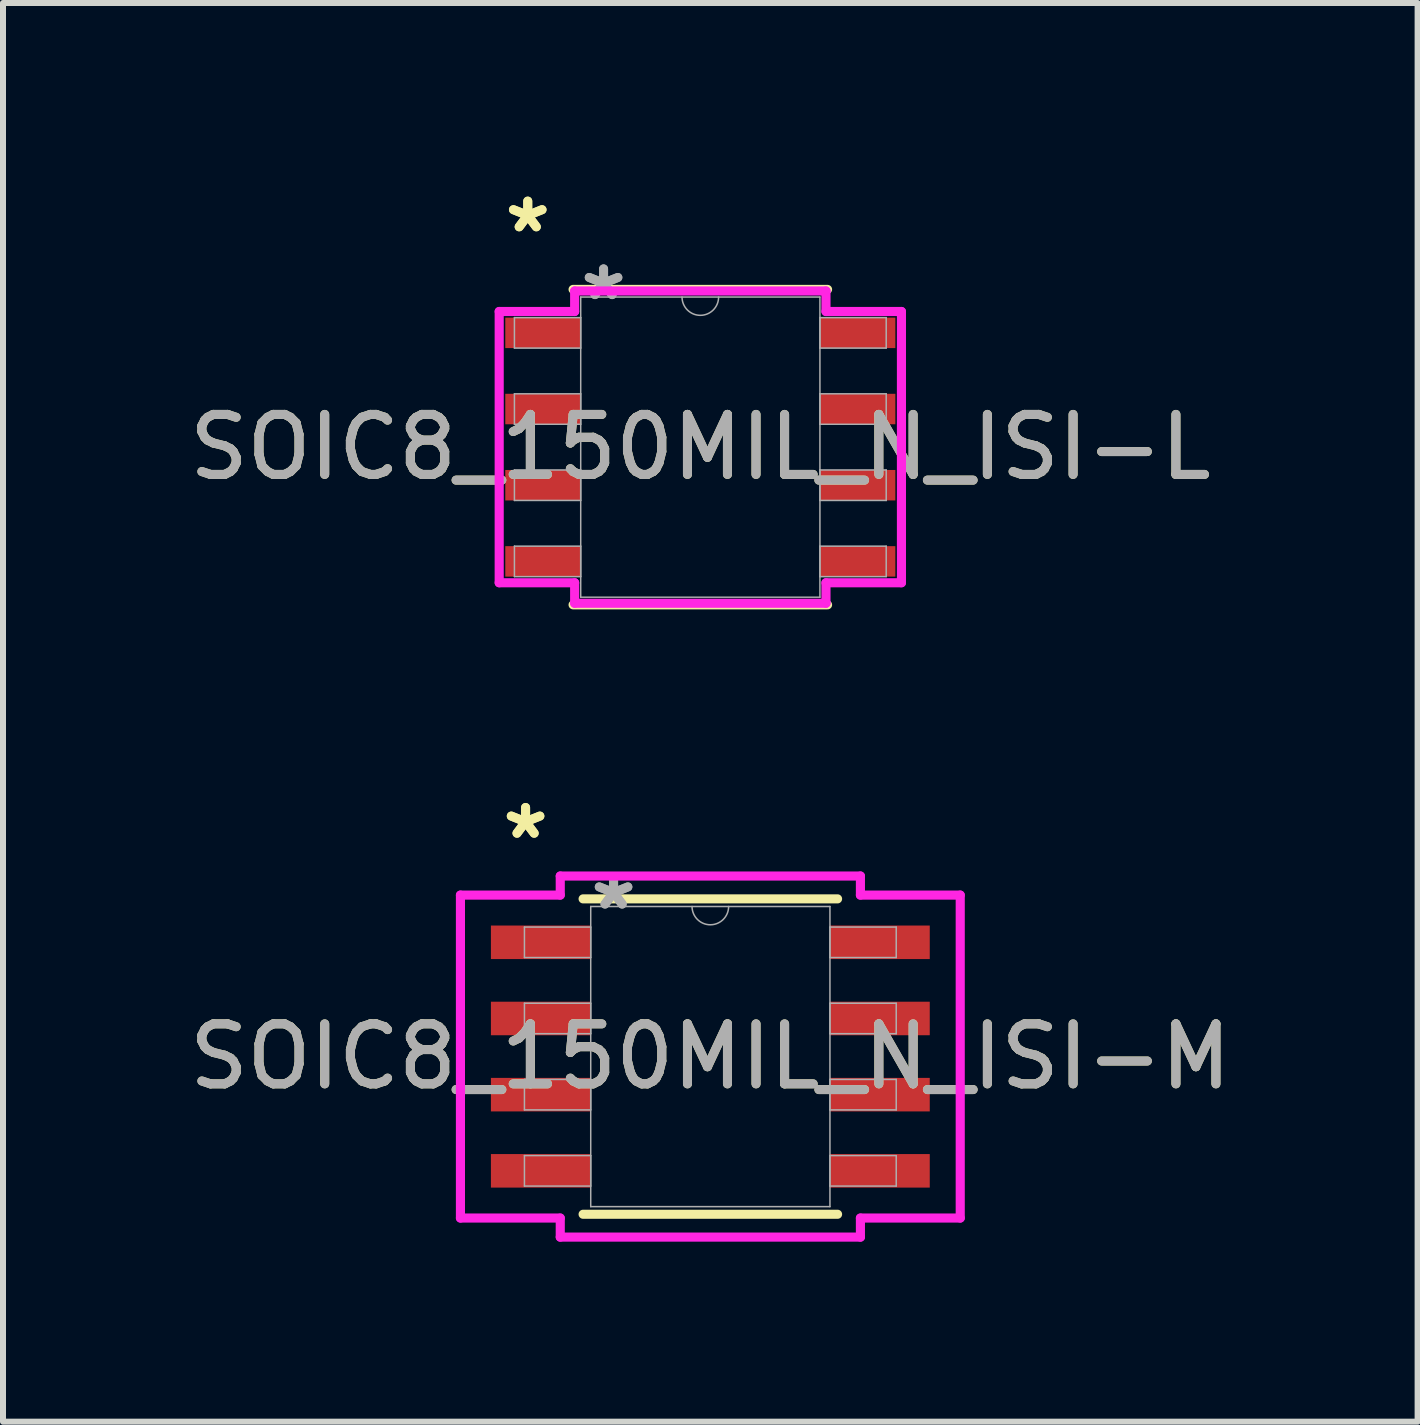
<source format=kicad_pcb>
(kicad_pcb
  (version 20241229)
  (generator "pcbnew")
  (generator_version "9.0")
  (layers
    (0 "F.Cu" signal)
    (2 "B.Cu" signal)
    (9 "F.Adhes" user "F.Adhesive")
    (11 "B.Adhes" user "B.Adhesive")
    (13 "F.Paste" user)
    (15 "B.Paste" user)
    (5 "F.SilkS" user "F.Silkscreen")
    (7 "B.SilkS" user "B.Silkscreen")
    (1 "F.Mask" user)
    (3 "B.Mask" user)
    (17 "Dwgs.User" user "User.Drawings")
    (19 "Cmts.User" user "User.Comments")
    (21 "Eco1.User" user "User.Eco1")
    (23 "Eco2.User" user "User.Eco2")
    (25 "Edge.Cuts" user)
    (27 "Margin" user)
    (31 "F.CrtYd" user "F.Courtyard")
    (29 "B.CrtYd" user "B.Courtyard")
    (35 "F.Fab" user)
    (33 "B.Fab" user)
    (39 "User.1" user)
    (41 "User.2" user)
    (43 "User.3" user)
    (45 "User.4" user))
  (footprint "SOIC8_150MIL_N_ISI-L"
    (layer "F.Cu")
    (at 8.625 4.404)
    (property "Reference" "SOIC8_150MIL_N_ISI-L" (at 0 0 0) (unlocked yes) (layer "F.SilkS") (effects (font (size 1 1) (thickness 0.15))))
    (attr smd)
    (fp_line (start -2.121 2.629) (end 2.121 2.629) (stroke (width 0.152) (type solid)) (layer "F.SilkS"))
    (fp_line (start 2.121 -2.629) (end -2.121 -2.629) (stroke (width 0.152) (type solid)) (layer "F.SilkS"))
    (fp_line (start -3.353 -2.261) (end -2.095 -2.261) (stroke (width 0.152) (type solid)) (layer "F.CrtYd"))
    (fp_line (start -3.353 2.261) (end -3.353 -2.261) (stroke (width 0.152) (type solid)) (layer "F.CrtYd"))
    (fp_line (start -3.353 2.261) (end -2.095 2.261) (stroke (width 0.152) (type solid)) (layer "F.CrtYd"))
    (fp_line (start -2.095 -2.603) (end 2.095 -2.603) (stroke (width 0.152) (type solid)) (layer "F.CrtYd"))
    (fp_line (start -2.095 -2.261) (end -2.095 -2.603) (stroke (width 0.152) (type solid)) (layer "F.CrtYd"))
    (fp_line (start -2.095 2.603) (end -2.095 2.261) (stroke (width 0.152) (type solid)) (layer "F.CrtYd"))
    (fp_line (start 2.095 -2.603) (end 2.095 -2.261) (stroke (width 0.152) (type solid)) (layer "F.CrtYd"))
    (fp_line (start 2.095 2.261) (end 2.095 2.603) (stroke (width 0.152) (type solid)) (layer "F.CrtYd"))
    (fp_line (start 2.095 2.603) (end -2.095 2.603) (stroke (width 0.152) (type solid)) (layer "F.CrtYd"))
    (fp_line (start 3.353 -2.261) (end 2.095 -2.261) (stroke (width 0.152) (type solid)) (layer "F.CrtYd"))
    (fp_line (start 3.353 -2.261) (end 3.353 2.261) (stroke (width 0.152) (type solid)) (layer "F.CrtYd"))
    (fp_line (start 3.353 2.261) (end 2.095 2.261) (stroke (width 0.152) (type solid)) (layer "F.CrtYd"))
    (fp_line (start -3.099 -2.159) (end -3.099 -1.651) (stroke (width 0.025) (type solid)) (layer "F.Fab"))
    (fp_line (start -3.099 -1.651) (end -1.994 -1.651) (stroke (width 0.025) (type solid)) (layer "F.Fab"))
    (fp_line (start -3.099 -0.889) (end -3.099 -0.381) (stroke (width 0.025) (type solid)) (layer "F.Fab"))
    (fp_line (start -3.099 -0.381) (end -1.994 -0.381) (stroke (width 0.025) (type solid)) (layer "F.Fab"))
    (fp_line (start -3.099 0.381) (end -3.099 0.889) (stroke (width 0.025) (type solid)) (layer "F.Fab"))
    (fp_line (start -3.099 0.889) (end -1.994 0.889) (stroke (width 0.025) (type solid)) (layer "F.Fab"))
    (fp_line (start -3.099 1.651) (end -3.099 2.159) (stroke (width 0.025) (type solid)) (layer "F.Fab"))
    (fp_line (start -3.099 2.159) (end -1.994 2.159) (stroke (width 0.025) (type solid)) (layer "F.Fab"))
    (fp_line (start -1.994 -2.502) (end -1.994 2.502) (stroke (width 0.025) (type solid)) (layer "F.Fab"))
    (fp_line (start -1.994 -2.159) (end -3.099 -2.159) (stroke (width 0.025) (type solid)) (layer "F.Fab"))
    (fp_line (start -1.994 -1.651) (end -1.994 -2.159) (stroke (width 0.025) (type solid)) (layer "F.Fab"))
    (fp_line (start -1.994 -0.889) (end -3.099 -0.889) (stroke (width 0.025) (type solid)) (layer "F.Fab"))
    (fp_line (start -1.994 -0.381) (end -1.994 -0.889) (stroke (width 0.025) (type solid)) (layer "F.Fab"))
    (fp_line (start -1.994 0.381) (end -3.099 0.381) (stroke (width 0.025) (type solid)) (layer "F.Fab"))
    (fp_line (start -1.994 0.889) (end -1.994 0.381) (stroke (width 0.025) (type solid)) (layer "F.Fab"))
    (fp_line (start -1.994 1.651) (end -3.099 1.651) (stroke (width 0.025) (type solid)) (layer "F.Fab"))
    (fp_line (start -1.994 2.159) (end -1.994 1.651) (stroke (width 0.025) (type solid)) (layer "F.Fab"))
    (fp_line (start -1.994 2.502) (end 1.994 2.502) (stroke (width 0.025) (type solid)) (layer "F.Fab"))
    (fp_line (start 1.994 -2.502) (end -1.994 -2.502) (stroke (width 0.025) (type solid)) (layer "F.Fab"))
    (fp_line (start 1.994 -2.159) (end 1.994 -1.651) (stroke (width 0.025) (type solid)) (layer "F.Fab"))
    (fp_line (start 1.994 -1.651) (end 3.099 -1.651) (stroke (width 0.025) (type solid)) (layer "F.Fab"))
    (fp_line (start 1.994 -0.889) (end 1.994 -0.381) (stroke (width 0.025) (type solid)) (layer "F.Fab"))
    (fp_line (start 1.994 -0.381) (end 3.099 -0.381) (stroke (width 0.025) (type solid)) (layer "F.Fab"))
    (fp_line (start 1.994 0.381) (end 1.994 0.889) (stroke (width 0.025) (type solid)) (layer "F.Fab"))
    (fp_line (start 1.994 0.889) (end 3.099 0.889) (stroke (width 0.025) (type solid)) (layer "F.Fab"))
    (fp_line (start 1.994 1.651) (end 1.994 2.159) (stroke (width 0.025) (type solid)) (layer "F.Fab"))
    (fp_line (start 1.994 2.159) (end 3.099 2.159) (stroke (width 0.025) (type solid)) (layer "F.Fab"))
    (fp_line (start 1.994 2.502) (end 1.994 -2.502) (stroke (width 0.025) (type solid)) (layer "F.Fab"))
    (fp_line (start 3.099 -2.159) (end 1.994 -2.159) (stroke (width 0.025) (type solid)) (layer "F.Fab"))
    (fp_line (start 3.099 -1.651) (end 3.099 -2.159) (stroke (width 0.025) (type solid)) (layer "F.Fab"))
    (fp_line (start 3.099 -0.889) (end 1.994 -0.889) (stroke (width 0.025) (type solid)) (layer "F.Fab"))
    (fp_line (start 3.099 -0.381) (end 3.099 -0.889) (stroke (width 0.025) (type solid)) (layer "F.Fab"))
    (fp_line (start 3.099 0.381) (end 1.994 0.381) (stroke (width 0.025) (type solid)) (layer "F.Fab"))
    (fp_line (start 3.099 0.889) (end 3.099 0.381) (stroke (width 0.025) (type solid)) (layer "F.Fab"))
    (fp_line (start 3.099 1.651) (end 1.994 1.651) (stroke (width 0.025) (type solid)) (layer "F.Fab"))
    (fp_line (start 3.099 2.159) (end 3.099 1.651) (stroke (width 0.025) (type solid)) (layer "F.Fab"))
    (fp_arc (start 0.3048 -2.5019) (mid 0 -2.1971) (end -0.3048 -2.5019) (stroke (width 0.0254) (type solid)) (layer "F.Fab"))
    (fp_text user "*" (at -2.877 -3.556 0) (layer "F.SilkS") (effects (font (size 1 1) (thickness 0.15))))
    (fp_text user "*" (at -2.877 -3.556 0) (unlocked yes) (layer "F.SilkS") (effects (font (size 1 1) (thickness 0.15))))
    (fp_text user "*" (at -1.613 -2.426 0) (layer "F.Fab") (effects (font (size 1 1) (thickness 0.15))))
    (fp_text user "${REFERENCE}" (at 0 0 0) (unlocked yes) (layer "F.Fab") (effects (font (size 1 1) (thickness 0.15))))
    (fp_text user "*" (at -1.613 -2.426 0) (unlocked yes) (layer "F.Fab") (effects (font (size 1 1) (thickness 0.15))))
    (pad "1" smd rect (at -2.623 -1.905) (size 1.257 0.508) (layers "F.Cu" "F.Mask" "F.Paste"))
    (pad "2" smd rect (at -2.623 -0.635) (size 1.257 0.508) (layers "F.Cu" "F.Mask" "F.Paste"))
    (pad "3" smd rect (at -2.623 0.635) (size 1.257 0.508) (layers "F.Cu" "F.Mask" "F.Paste"))
    (pad "4" smd rect (at -2.623 1.905) (size 1.257 0.508) (layers "F.Cu" "F.Mask" "F.Paste"))
    (pad "5" smd rect (at 2.623 1.905) (size 1.257 0.508) (layers "F.Cu" "F.Mask" "F.Paste"))
    (pad "6" smd rect (at 2.623 0.635) (size 1.257 0.508) (layers "F.Cu" "F.Mask" "F.Paste"))
    (pad "7" smd rect (at 2.623 -0.635) (size 1.257 0.508) (layers "F.Cu" "F.Mask" "F.Paste"))
    (pad "8" smd rect (at 2.623 -1.905) (size 1.257 0.508) (layers "F.Cu" "F.Mask" "F.Paste")))
  (footprint "SOIC8_150MIL_N_ISI-M"
    (layer "F.Cu")
    (at 8.792 14.564)
    (property "Reference" "SOIC8_150MIL_N_ISI-M" (at 0 0 0) (unlocked yes) (layer "F.SilkS") (effects (font (size 1 1) (thickness 0.15))))
    (attr smd)
    (fp_line (start -2.121 2.629) (end 2.121 2.629) (stroke (width 0.152) (type solid)) (layer "F.SilkS"))
    (fp_line (start 2.121 -2.629) (end -2.121 -2.629) (stroke (width 0.152) (type solid)) (layer "F.SilkS"))
    (fp_line (start -4.166 -2.692) (end -2.502 -2.692) (stroke (width 0.152) (type solid)) (layer "F.CrtYd"))
    (fp_line (start -4.166 2.692) (end -4.166 -2.692) (stroke (width 0.152) (type solid)) (layer "F.CrtYd"))
    (fp_line (start -4.166 2.692) (end -2.502 2.692) (stroke (width 0.152) (type solid)) (layer "F.CrtYd"))
    (fp_line (start -2.502 -3.01) (end 2.502 -3.01) (stroke (width 0.152) (type solid)) (layer "F.CrtYd"))
    (fp_line (start -2.502 -2.692) (end -2.502 -3.01) (stroke (width 0.152) (type solid)) (layer "F.CrtYd"))
    (fp_line (start -2.502 3.01) (end -2.502 2.692) (stroke (width 0.152) (type solid)) (layer "F.CrtYd"))
    (fp_line (start 2.502 -3.01) (end 2.502 -2.692) (stroke (width 0.152) (type solid)) (layer "F.CrtYd"))
    (fp_line (start 2.502 2.692) (end 2.502 3.01) (stroke (width 0.152) (type solid)) (layer "F.CrtYd"))
    (fp_line (start 2.502 3.01) (end -2.502 3.01) (stroke (width 0.152) (type solid)) (layer "F.CrtYd"))
    (fp_line (start 4.166 -2.692) (end 2.502 -2.692) (stroke (width 0.152) (type solid)) (layer "F.CrtYd"))
    (fp_line (start 4.166 -2.692) (end 4.166 2.692) (stroke (width 0.152) (type solid)) (layer "F.CrtYd"))
    (fp_line (start 4.166 2.692) (end 2.502 2.692) (stroke (width 0.152) (type solid)) (layer "F.CrtYd"))
    (fp_line (start -3.099 -2.159) (end -3.099 -1.651) (stroke (width 0.025) (type solid)) (layer "F.Fab"))
    (fp_line (start -3.099 -1.651) (end -1.994 -1.651) (stroke (width 0.025) (type solid)) (layer "F.Fab"))
    (fp_line (start -3.099 -0.889) (end -3.099 -0.381) (stroke (width 0.025) (type solid)) (layer "F.Fab"))
    (fp_line (start -3.099 -0.381) (end -1.994 -0.381) (stroke (width 0.025) (type solid)) (layer "F.Fab"))
    (fp_line (start -3.099 0.381) (end -3.099 0.889) (stroke (width 0.025) (type solid)) (layer "F.Fab"))
    (fp_line (start -3.099 0.889) (end -1.994 0.889) (stroke (width 0.025) (type solid)) (layer "F.Fab"))
    (fp_line (start -3.099 1.651) (end -3.099 2.159) (stroke (width 0.025) (type solid)) (layer "F.Fab"))
    (fp_line (start -3.099 2.159) (end -1.994 2.159) (stroke (width 0.025) (type solid)) (layer "F.Fab"))
    (fp_line (start -1.994 -2.502) (end -1.994 2.502) (stroke (width 0.025) (type solid)) (layer "F.Fab"))
    (fp_line (start -1.994 -2.159) (end -3.099 -2.159) (stroke (width 0.025) (type solid)) (layer "F.Fab"))
    (fp_line (start -1.994 -1.651) (end -1.994 -2.159) (stroke (width 0.025) (type solid)) (layer "F.Fab"))
    (fp_line (start -1.994 -0.889) (end -3.099 -0.889) (stroke (width 0.025) (type solid)) (layer "F.Fab"))
    (fp_line (start -1.994 -0.381) (end -1.994 -0.889) (stroke (width 0.025) (type solid)) (layer "F.Fab"))
    (fp_line (start -1.994 0.381) (end -3.099 0.381) (stroke (width 0.025) (type solid)) (layer "F.Fab"))
    (fp_line (start -1.994 0.889) (end -1.994 0.381) (stroke (width 0.025) (type solid)) (layer "F.Fab"))
    (fp_line (start -1.994 1.651) (end -3.099 1.651) (stroke (width 0.025) (type solid)) (layer "F.Fab"))
    (fp_line (start -1.994 2.159) (end -1.994 1.651) (stroke (width 0.025) (type solid)) (layer "F.Fab"))
    (fp_line (start -1.994 2.502) (end 1.994 2.502) (stroke (width 0.025) (type solid)) (layer "F.Fab"))
    (fp_line (start 1.994 -2.502) (end -1.994 -2.502) (stroke (width 0.025) (type solid)) (layer "F.Fab"))
    (fp_line (start 1.994 -2.159) (end 1.994 -1.651) (stroke (width 0.025) (type solid)) (layer "F.Fab"))
    (fp_line (start 1.994 -1.651) (end 3.099 -1.651) (stroke (width 0.025) (type solid)) (layer "F.Fab"))
    (fp_line (start 1.994 -0.889) (end 1.994 -0.381) (stroke (width 0.025) (type solid)) (layer "F.Fab"))
    (fp_line (start 1.994 -0.381) (end 3.099 -0.381) (stroke (width 0.025) (type solid)) (layer "F.Fab"))
    (fp_line (start 1.994 0.381) (end 1.994 0.889) (stroke (width 0.025) (type solid)) (layer "F.Fab"))
    (fp_line (start 1.994 0.889) (end 3.099 0.889) (stroke (width 0.025) (type solid)) (layer "F.Fab"))
    (fp_line (start 1.994 1.651) (end 1.994 2.159) (stroke (width 0.025) (type solid)) (layer "F.Fab"))
    (fp_line (start 1.994 2.159) (end 3.099 2.159) (stroke (width 0.025) (type solid)) (layer "F.Fab"))
    (fp_line (start 1.994 2.502) (end 1.994 -2.502) (stroke (width 0.025) (type solid)) (layer "F.Fab"))
    (fp_line (start 3.099 -2.159) (end 1.994 -2.159) (stroke (width 0.025) (type solid)) (layer "F.Fab"))
    (fp_line (start 3.099 -1.651) (end 3.099 -2.159) (stroke (width 0.025) (type solid)) (layer "F.Fab"))
    (fp_line (start 3.099 -0.889) (end 1.994 -0.889) (stroke (width 0.025) (type solid)) (layer "F.Fab"))
    (fp_line (start 3.099 -0.381) (end 3.099 -0.889) (stroke (width 0.025) (type solid)) (layer "F.Fab"))
    (fp_line (start 3.099 0.381) (end 1.994 0.381) (stroke (width 0.025) (type solid)) (layer "F.Fab"))
    (fp_line (start 3.099 0.889) (end 3.099 0.381) (stroke (width 0.025) (type solid)) (layer "F.Fab"))
    (fp_line (start 3.099 1.651) (end 1.994 1.651) (stroke (width 0.025) (type solid)) (layer "F.Fab"))
    (fp_line (start 3.099 2.159) (end 3.099 1.651) (stroke (width 0.025) (type solid)) (layer "F.Fab"))
    (fp_arc (start 0.3048 -2.5019) (mid 0 -2.1971) (end -0.3048 -2.5019) (stroke (width 0.0254) (type solid)) (layer "F.Fab"))
    (fp_text user "*" (at -3.08 -3.607 0) (unlocked yes) (layer "F.SilkS") (effects (font (size 1 1) (thickness 0.15))))
    (fp_text user "*" (at -3.08 -3.607 0) (layer "F.SilkS") (effects (font (size 1 1) (thickness 0.15))))
    (fp_text user "*" (at -1.613 -2.426 0) (unlocked yes) (layer "F.Fab") (effects (font (size 1 1) (thickness 0.15))))
    (fp_text user "*" (at -1.613 -2.426 0) (layer "F.Fab") (effects (font (size 1 1) (thickness 0.15))))
    (fp_text user "${REFERENCE}" (at 0 0 0) (unlocked yes) (layer "F.Fab") (effects (font (size 1 1) (thickness 0.15))))
    (pad "1" smd rect (at -2.826 -1.905) (size 1.664 0.559) (layers "F.Cu" "F.Mask" "F.Paste"))
    (pad "2" smd rect (at -2.826 -0.635) (size 1.664 0.559) (layers "F.Cu" "F.Mask" "F.Paste"))
    (pad "3" smd rect (at -2.826 0.635) (size 1.664 0.559) (layers "F.Cu" "F.Mask" "F.Paste"))
    (pad "4" smd rect (at -2.826 1.905) (size 1.664 0.559) (layers "F.Cu" "F.Mask" "F.Paste"))
    (pad "5" smd rect (at 2.826 1.905) (size 1.664 0.559) (layers "F.Cu" "F.Mask" "F.Paste"))
    (pad "6" smd rect (at 2.826 0.635) (size 1.664 0.559) (layers "F.Cu" "F.Mask" "F.Paste"))
    (pad "7" smd rect (at 2.826 -0.635) (size 1.664 0.559) (layers "F.Cu" "F.Mask" "F.Paste"))
    (pad "8" smd rect (at 2.826 -1.905) (size 1.664 0.559) (layers "F.Cu" "F.Mask" "F.Paste")))
  (gr_rect
    (start -3 -3)
    (end 20.583 20.651)
    (stroke (width 0.1) (type default))
    (fill no)
    (layer "Edge.Cuts")))
</source>
